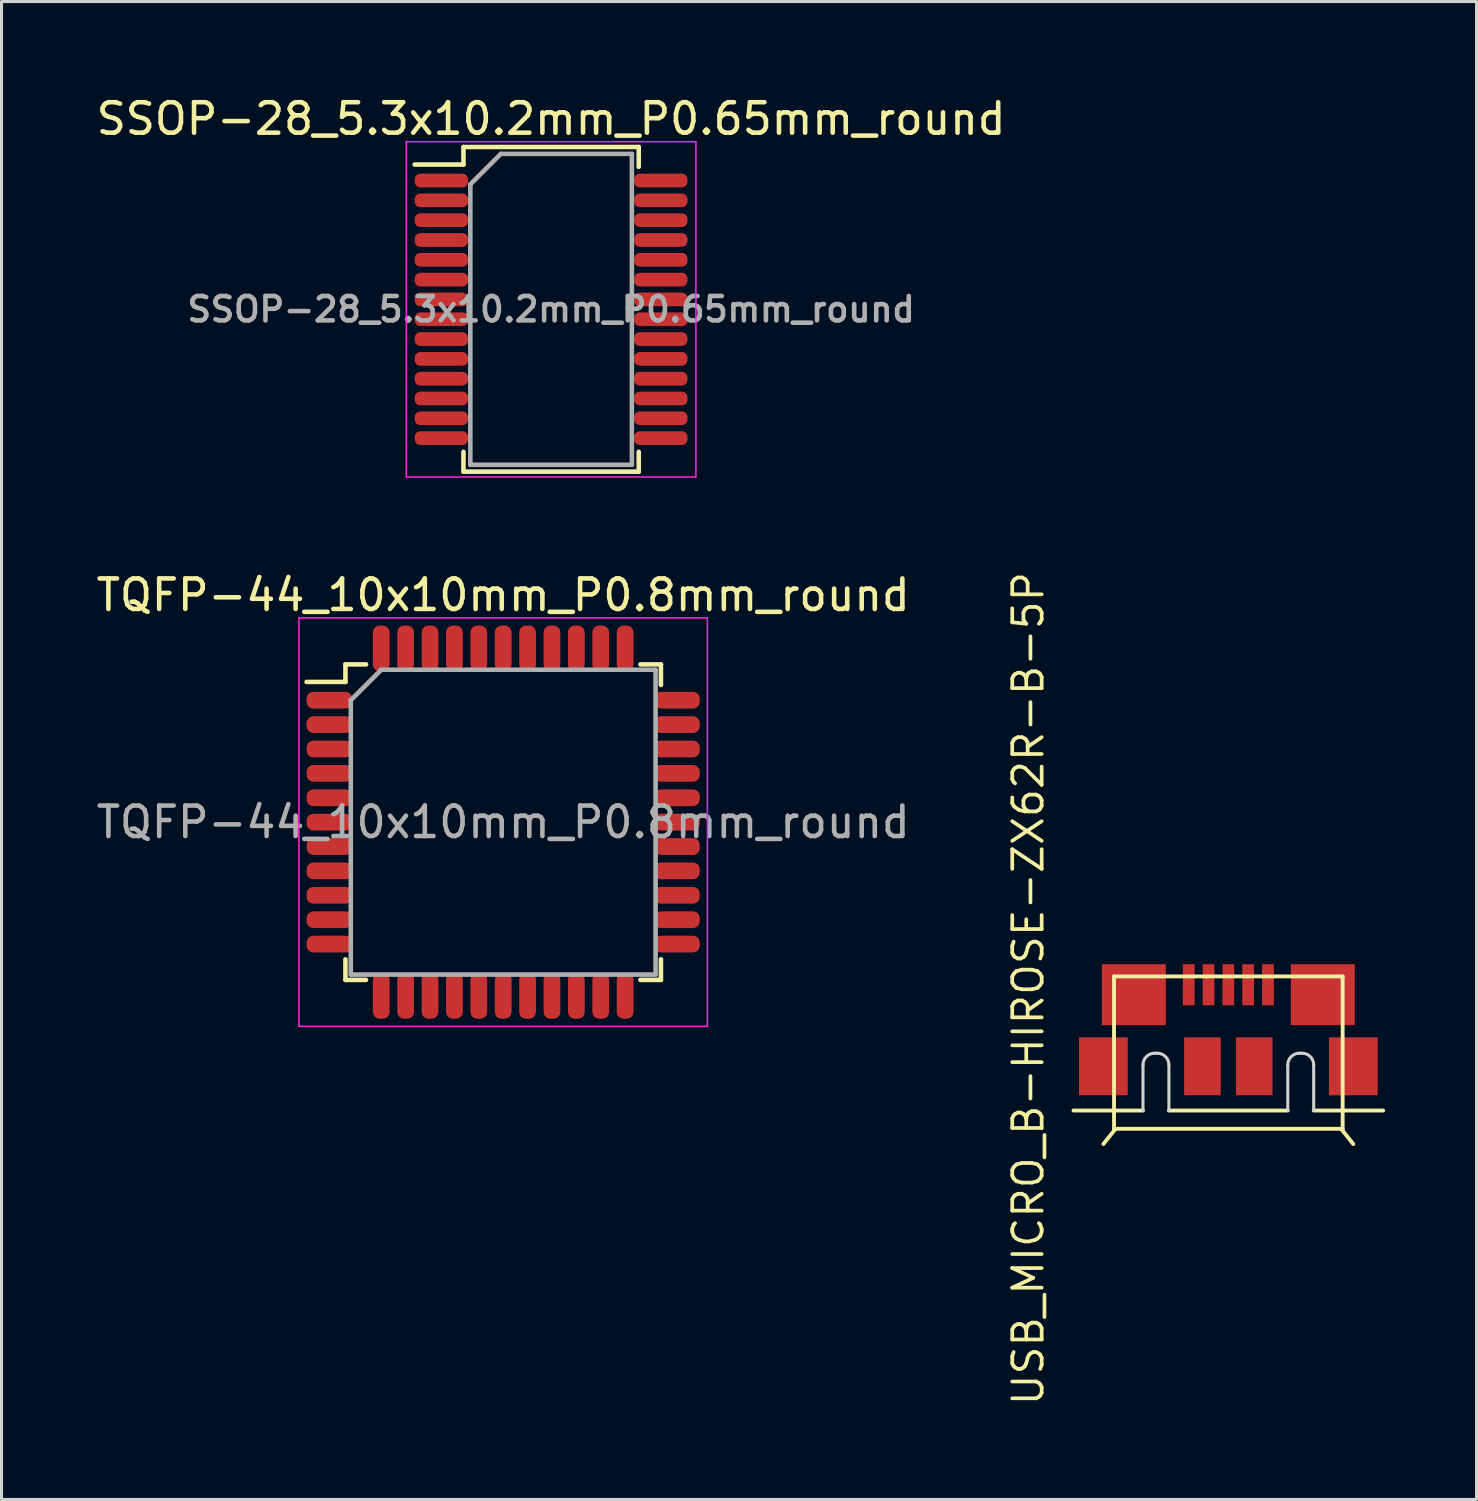
<source format=kicad_pcb>
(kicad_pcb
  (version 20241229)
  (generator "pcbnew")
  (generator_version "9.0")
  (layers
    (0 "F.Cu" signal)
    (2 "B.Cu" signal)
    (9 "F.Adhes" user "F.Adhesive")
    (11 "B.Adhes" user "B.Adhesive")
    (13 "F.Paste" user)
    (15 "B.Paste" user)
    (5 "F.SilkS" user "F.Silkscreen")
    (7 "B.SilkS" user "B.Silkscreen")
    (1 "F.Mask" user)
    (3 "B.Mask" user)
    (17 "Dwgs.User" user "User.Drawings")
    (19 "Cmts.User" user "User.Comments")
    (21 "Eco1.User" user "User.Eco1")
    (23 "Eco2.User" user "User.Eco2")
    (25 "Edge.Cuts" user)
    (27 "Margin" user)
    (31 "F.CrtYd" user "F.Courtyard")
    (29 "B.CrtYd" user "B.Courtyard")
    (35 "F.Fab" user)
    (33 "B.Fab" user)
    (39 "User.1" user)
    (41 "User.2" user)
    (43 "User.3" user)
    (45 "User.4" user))
  (footprint "SSOP-28_5.3x10.2mm_P0.65mm_round"
    (layer "F.Cu")
    (at 15.03 7.098)
    (property "Reference" "SSOP-28_5.3x10.2mm_P0.65mm_round" (at 0 -6.25 0) (layer "F.SilkS") (effects (font (size 1 1) (thickness 0.15))))
    (attr smd)
    (fp_line (start -2.875 -5.325) (end -2.875 -4.75) (stroke (width 0.15) (type solid)) (layer "F.SilkS"))
    (fp_line (start -2.875 -5.325) (end 2.875 -5.325) (stroke (width 0.15) (type solid)) (layer "F.SilkS"))
    (fp_line (start -2.875 -4.75) (end -4.475 -4.75) (stroke (width 0.15) (type solid)) (layer "F.SilkS"))
    (fp_line (start -2.875 5.325) (end -2.875 4.675) (stroke (width 0.15) (type solid)) (layer "F.SilkS"))
    (fp_line (start -2.875 5.325) (end 2.875 5.325) (stroke (width 0.15) (type solid)) (layer "F.SilkS"))
    (fp_line (start 2.875 -5.325) (end 2.875 -4.675) (stroke (width 0.15) (type solid)) (layer "F.SilkS"))
    (fp_line (start 2.875 5.325) (end 2.875 4.675) (stroke (width 0.15) (type solid)) (layer "F.SilkS"))
    (fp_line (start -4.75 -5.5) (end -4.75 5.5) (stroke (width 0.05) (type solid)) (layer "F.CrtYd"))
    (fp_line (start -4.75 -5.5) (end 4.75 -5.5) (stroke (width 0.05) (type solid)) (layer "F.CrtYd"))
    (fp_line (start -4.75 5.5) (end 4.75 5.5) (stroke (width 0.05) (type solid)) (layer "F.CrtYd"))
    (fp_line (start 4.75 -5.5) (end 4.75 5.5) (stroke (width 0.05) (type solid)) (layer "F.CrtYd"))
    (fp_line (start -2.65 -4.1) (end -1.65 -5.1) (stroke (width 0.15) (type solid)) (layer "F.Fab"))
    (fp_line (start -2.65 5.1) (end -2.65 -4.1) (stroke (width 0.15) (type solid)) (layer "F.Fab"))
    (fp_line (start -1.65 -5.1) (end 2.65 -5.1) (stroke (width 0.15) (type solid)) (layer "F.Fab"))
    (fp_line (start 2.65 -5.1) (end 2.65 5.1) (stroke (width 0.15) (type solid)) (layer "F.Fab"))
    (fp_line (start 2.65 5.1) (end -2.65 5.1) (stroke (width 0.15) (type solid)) (layer "F.Fab"))
    (fp_text user "${REFERENCE}" (at 0 0 0) (layer "F.Fab") (effects (font (size 0.8 0.8) (thickness 0.15))))
    (pad "1" smd roundrect (at -3.6 -4.225) (size 1.75 0.45) (layers "F.Cu" "F.Mask" "F.Paste") (roundrect_rratio 0.4))
    (pad "2" smd roundrect (at -3.6 -3.575) (size 1.75 0.45) (layers "F.Cu" "F.Mask" "F.Paste") (roundrect_rratio 0.4))
    (pad "3" smd roundrect (at -3.6 -2.925) (size 1.75 0.45) (layers "F.Cu" "F.Mask" "F.Paste") (roundrect_rratio 0.4))
    (pad "4" smd roundrect (at -3.6 -2.275) (size 1.75 0.45) (layers "F.Cu" "F.Mask" "F.Paste") (roundrect_rratio 0.4))
    (pad "5" smd roundrect (at -3.6 -1.625) (size 1.75 0.45) (layers "F.Cu" "F.Mask" "F.Paste") (roundrect_rratio 0.4))
    (pad "6" smd roundrect (at -3.6 -0.975) (size 1.75 0.45) (layers "F.Cu" "F.Mask" "F.Paste") (roundrect_rratio 0.4))
    (pad "7" smd roundrect (at -3.6 -0.325) (size 1.75 0.45) (layers "F.Cu" "F.Mask" "F.Paste") (roundrect_rratio 0.4))
    (pad "8" smd roundrect (at -3.6 0.325) (size 1.75 0.45) (layers "F.Cu" "F.Mask" "F.Paste") (roundrect_rratio 0.4))
    (pad "9" smd roundrect (at -3.6 0.975) (size 1.75 0.45) (layers "F.Cu" "F.Mask" "F.Paste") (roundrect_rratio 0.4))
    (pad "10" smd roundrect (at -3.6 1.625) (size 1.75 0.45) (layers "F.Cu" "F.Mask" "F.Paste") (roundrect_rratio 0.4))
    (pad "11" smd roundrect (at -3.6 2.275) (size 1.75 0.45) (layers "F.Cu" "F.Mask" "F.Paste") (roundrect_rratio 0.4))
    (pad "12" smd roundrect (at -3.6 2.925) (size 1.75 0.45) (layers "F.Cu" "F.Mask" "F.Paste") (roundrect_rratio 0.4))
    (pad "13" smd roundrect (at -3.6 3.575) (size 1.75 0.45) (layers "F.Cu" "F.Mask" "F.Paste") (roundrect_rratio 0.4))
    (pad "14" smd roundrect (at -3.6 4.225) (size 1.75 0.45) (layers "F.Cu" "F.Mask" "F.Paste") (roundrect_rratio 0.4))
    (pad "15" smd roundrect (at 3.6 4.225) (size 1.75 0.45) (layers "F.Cu" "F.Mask" "F.Paste") (roundrect_rratio 0.4))
    (pad "16" smd roundrect (at 3.6 3.575) (size 1.75 0.45) (layers "F.Cu" "F.Mask" "F.Paste") (roundrect_rratio 0.4))
    (pad "17" smd roundrect (at 3.6 2.925) (size 1.75 0.45) (layers "F.Cu" "F.Mask" "F.Paste") (roundrect_rratio 0.4))
    (pad "18" smd roundrect (at 3.6 2.275) (size 1.75 0.45) (layers "F.Cu" "F.Mask" "F.Paste") (roundrect_rratio 0.4))
    (pad "19" smd roundrect (at 3.6 1.625) (size 1.75 0.45) (layers "F.Cu" "F.Mask" "F.Paste") (roundrect_rratio 0.4))
    (pad "20" smd roundrect (at 3.6 0.975) (size 1.75 0.45) (layers "F.Cu" "F.Mask" "F.Paste") (roundrect_rratio 0.4))
    (pad "21" smd roundrect (at 3.6 0.325) (size 1.75 0.45) (layers "F.Cu" "F.Mask" "F.Paste") (roundrect_rratio 0.4))
    (pad "22" smd roundrect (at 3.6 -0.325) (size 1.75 0.45) (layers "F.Cu" "F.Mask" "F.Paste") (roundrect_rratio 0.4))
    (pad "23" smd roundrect (at 3.6 -0.975) (size 1.75 0.45) (layers "F.Cu" "F.Mask" "F.Paste") (roundrect_rratio 0.4))
    (pad "24" smd roundrect (at 3.6 -1.625) (size 1.75 0.45) (layers "F.Cu" "F.Mask" "F.Paste") (roundrect_rratio 0.4))
    (pad "25" smd roundrect (at 3.6 -2.275) (size 1.75 0.45) (layers "F.Cu" "F.Mask" "F.Paste") (roundrect_rratio 0.4))
    (pad "26" smd roundrect (at 3.6 -2.925) (size 1.75 0.45) (layers "F.Cu" "F.Mask" "F.Paste") (roundrect_rratio 0.4))
    (pad "27" smd roundrect (at 3.6 -3.575) (size 1.75 0.45) (layers "F.Cu" "F.Mask" "F.Paste") (roundrect_rratio 0.4))
    (pad "28" smd roundrect (at 3.6 -4.225) (size 1.75 0.45) (layers "F.Cu" "F.Mask" "F.Paste") (roundrect_rratio 0.4)))
  (footprint "USB_MICRO_B-HIROSE-ZX62R-B-5P"
    (layer "F.Cu")
    (at 37.248 33.383)
    (property "Reference" "USB_MICRO_B-HIROSE-ZX62R-B-5P" (at -6 -4 90) (layer "F.SilkS") (effects (font (size 0.965 0.965) (thickness 0.122)) (justify bottom)))
    (attr through_hole)
    (fp_line (start -5.08 0) (end -2.8 0) (stroke (width 0.127) (type solid)) (layer "F.SilkS"))
    (fp_line (start -3.75 -4.4) (end 3.75 -4.4) (stroke (width 0.127) (type solid)) (layer "F.SilkS"))
    (fp_line (start -3.75 0.6) (end -3.75 -4.4) (stroke (width 0.127) (type solid)) (layer "F.SilkS"))
    (fp_line (start -3.75 0.6) (end -3.7 0.6) (stroke (width 0.127) (type solid)) (layer "F.SilkS"))
    (fp_line (start -3.7 0.6) (end -4.1 1.1) (stroke (width 0.127) (type solid)) (layer "F.SilkS"))
    (fp_line (start -3.7 0.6) (end 3.7 0.6) (stroke (width 0.127) (type solid)) (layer "F.SilkS"))
    (fp_line (start -1.95 0) (end 1.95 0) (stroke (width 0.127) (type solid)) (layer "F.SilkS"))
    (fp_line (start 2.8 0) (end 5.08 0) (stroke (width 0.127) (type solid)) (layer "F.SilkS"))
    (fp_line (start 3.7 0.6) (end 3.75 0.6) (stroke (width 0.127) (type solid)) (layer "F.SilkS"))
    (fp_line (start 3.7 0.6) (end 4.1 1.1) (stroke (width 0.127) (type solid)) (layer "F.SilkS"))
    (fp_line (start 3.75 -4.4) (end 3.75 0.6) (stroke (width 0.127) (type solid)) (layer "F.SilkS"))
    (fp_line (start -2.8 0) (end -2.8 -1.499) (stroke (width 0.1) (type solid)) (layer "Edge.Cuts"))
    (fp_line (start -2.419 -1.88) (end -2.331 -1.88) (stroke (width 0.1) (type solid)) (layer "Edge.Cuts"))
    (fp_line (start -1.95 -1.499) (end -1.95 0) (stroke (width 0.1) (type solid)) (layer "Edge.Cuts"))
    (fp_line (start 1.95 0) (end 1.95 -1.499) (stroke (width 0.1) (type solid)) (layer "Edge.Cuts"))
    (fp_line (start 2.331 -1.88) (end 2.419 -1.88) (stroke (width 0.1) (type solid)) (layer "Edge.Cuts"))
    (fp_line (start 2.8 -1.499) (end 2.8 0) (stroke (width 0.1) (type solid)) (layer "Edge.Cuts"))
    (fp_arc (start -2.8 -1.499) (mid -2.688408 -1.768408) (end -2.419 -1.88) (stroke (width 0.1) (type solid)) (layer "Edge.Cuts"))
    (fp_arc (start -2.331 -1.88) (mid -2.061592 -1.768408) (end -1.95 -1.499) (stroke (width 0.1) (type solid)) (layer "Edge.Cuts"))
    (fp_arc (start 1.95 -1.499) (mid 2.061592 -1.768408) (end 2.331 -1.88) (stroke (width 0.1) (type solid)) (layer "Edge.Cuts"))
    (fp_arc (start 2.419 -1.88) (mid 2.688408 -1.768408) (end 2.8 -1.499) (stroke (width 0.1) (type solid)) (layer "Edge.Cuts"))
    (pad "1" smd rect (at 1.3 -4.125) (size 0.385 1.35) (layers "F.Cu" "F.Mask" "F.Paste"))
    (pad "2" smd rect (at 0.65 -4.125) (size 0.385 1.35) (layers "F.Cu" "F.Mask" "F.Paste"))
    (pad "3" smd rect (at 0 -4.125) (size 0.385 1.35) (layers "F.Cu" "F.Mask" "F.Paste"))
    (pad "4" smd rect (at -0.65 -4.125) (size 0.385 1.35) (layers "F.Cu" "F.Mask" "F.Paste"))
    (pad "5" smd rect (at -1.3 -4.125) (size 0.385 1.35) (layers "F.Cu" "F.Mask" "F.Paste"))
    (pad "6" smd rect (at -4.1 -1.45) (size 1.6 1.9) (layers "F.Cu" "F.Mask" "F.Paste"))
    (pad "6" smd rect (at -3.1 -3.8) (size 2.1 2) (layers "F.Cu" "F.Mask" "F.Paste"))
    (pad "6" smd rect (at -0.85 -1.45) (size 1.2 1.9) (layers "F.Cu" "F.Mask" "F.Paste"))
    (pad "6" smd rect (at 0.85 -1.45) (size 1.2 1.9) (layers "F.Cu" "F.Mask" "F.Paste"))
    (pad "6" smd rect (at 3.1 -3.8) (size 2.1 2) (layers "F.Cu" "F.Mask" "F.Paste"))
    (pad "6" smd rect (at 4.1 -1.45) (size 1.6 1.9) (layers "F.Cu" "F.Mask" "F.Paste")))
  (footprint "TQFP-44_10x10mm_P0.8mm_round"
    (layer "F.Cu")
    (at 13.458 23.922)
    (property "Reference" "TQFP-44_10x10mm_P0.8mm_round" (at 0 -7.45 0) (layer "F.SilkS") (effects (font (size 1 1) (thickness 0.15))))
    (attr smd)
    (fp_line (start -5.175 -5.175) (end -5.175 -4.6) (stroke (width 0.15) (type solid)) (layer "F.SilkS"))
    (fp_line (start -5.175 -5.175) (end -4.5 -5.175) (stroke (width 0.15) (type solid)) (layer "F.SilkS"))
    (fp_line (start -5.175 -4.6) (end -6.45 -4.6) (stroke (width 0.15) (type solid)) (layer "F.SilkS"))
    (fp_line (start -5.175 5.175) (end -5.175 4.5) (stroke (width 0.15) (type solid)) (layer "F.SilkS"))
    (fp_line (start -5.175 5.175) (end -4.5 5.175) (stroke (width 0.15) (type solid)) (layer "F.SilkS"))
    (fp_line (start 5.175 -5.175) (end 4.5 -5.175) (stroke (width 0.15) (type solid)) (layer "F.SilkS"))
    (fp_line (start 5.175 -5.175) (end 5.175 -4.5) (stroke (width 0.15) (type solid)) (layer "F.SilkS"))
    (fp_line (start 5.175 5.175) (end 4.5 5.175) (stroke (width 0.15) (type solid)) (layer "F.SilkS"))
    (fp_line (start 5.175 5.175) (end 5.175 4.5) (stroke (width 0.15) (type solid)) (layer "F.SilkS"))
    (fp_line (start -6.7 -6.7) (end -6.7 6.7) (stroke (width 0.05) (type solid)) (layer "F.CrtYd"))
    (fp_line (start -6.7 -6.7) (end 6.7 -6.7) (stroke (width 0.05) (type solid)) (layer "F.CrtYd"))
    (fp_line (start -6.7 6.7) (end 6.7 6.7) (stroke (width 0.05) (type solid)) (layer "F.CrtYd"))
    (fp_line (start 6.7 -6.7) (end 6.7 6.7) (stroke (width 0.05) (type solid)) (layer "F.CrtYd"))
    (fp_line (start -5 -4) (end -4 -5) (stroke (width 0.15) (type solid)) (layer "F.Fab"))
    (fp_line (start -5 5) (end -5 -4) (stroke (width 0.15) (type solid)) (layer "F.Fab"))
    (fp_line (start -4 -5) (end 5 -5) (stroke (width 0.15) (type solid)) (layer "F.Fab"))
    (fp_line (start 5 -5) (end 5 5) (stroke (width 0.15) (type solid)) (layer "F.Fab"))
    (fp_line (start 5 5) (end -5 5) (stroke (width 0.15) (type solid)) (layer "F.Fab"))
    (fp_text user "${REFERENCE}" (at 0 0 0) (layer "F.Fab") (effects (font (size 1 1) (thickness 0.15))))
    (pad "1" smd roundrect (at -5.7 -4) (size 1.5 0.55) (layers "F.Cu" "F.Mask" "F.Paste") (roundrect_rratio 0.4))
    (pad "2" smd roundrect (at -5.7 -3.2) (size 1.5 0.55) (layers "F.Cu" "F.Mask" "F.Paste") (roundrect_rratio 0.4))
    (pad "3" smd roundrect (at -5.7 -2.4) (size 1.5 0.55) (layers "F.Cu" "F.Mask" "F.Paste") (roundrect_rratio 0.4))
    (pad "4" smd roundrect (at -5.7 -1.6) (size 1.5 0.55) (layers "F.Cu" "F.Mask" "F.Paste") (roundrect_rratio 0.4))
    (pad "5" smd roundrect (at -5.7 -0.8) (size 1.5 0.55) (layers "F.Cu" "F.Mask" "F.Paste") (roundrect_rratio 0.4))
    (pad "6" smd roundrect (at -5.7 0) (size 1.5 0.55) (layers "F.Cu" "F.Mask" "F.Paste") (roundrect_rratio 0.4))
    (pad "7" smd roundrect (at -5.7 0.8) (size 1.5 0.55) (layers "F.Cu" "F.Mask" "F.Paste") (roundrect_rratio 0.4))
    (pad "8" smd roundrect (at -5.7 1.6) (size 1.5 0.55) (layers "F.Cu" "F.Mask" "F.Paste") (roundrect_rratio 0.4))
    (pad "9" smd roundrect (at -5.7 2.4) (size 1.5 0.55) (layers "F.Cu" "F.Mask" "F.Paste") (roundrect_rratio 0.4))
    (pad "10" smd roundrect (at -5.7 3.2) (size 1.5 0.55) (layers "F.Cu" "F.Mask" "F.Paste") (roundrect_rratio 0.4))
    (pad "11" smd roundrect (at -5.7 4) (size 1.5 0.55) (layers "F.Cu" "F.Mask" "F.Paste") (roundrect_rratio 0.4))
    (pad "12" smd roundrect (at -4 5.7 90) (size 1.5 0.55) (layers "F.Cu" "F.Mask" "F.Paste") (roundrect_rratio 0.4))
    (pad "13" smd roundrect (at -3.2 5.7 90) (size 1.5 0.55) (layers "F.Cu" "F.Mask" "F.Paste") (roundrect_rratio 0.4))
    (pad "14" smd roundrect (at -2.4 5.7 90) (size 1.5 0.55) (layers "F.Cu" "F.Mask" "F.Paste") (roundrect_rratio 0.4))
    (pad "15" smd roundrect (at -1.6 5.7 90) (size 1.5 0.55) (layers "F.Cu" "F.Mask" "F.Paste") (roundrect_rratio 0.4))
    (pad "16" smd roundrect (at -0.8 5.7 90) (size 1.5 0.55) (layers "F.Cu" "F.Mask" "F.Paste") (roundrect_rratio 0.4))
    (pad "17" smd roundrect (at 0 5.7 90) (size 1.5 0.55) (layers "F.Cu" "F.Mask" "F.Paste") (roundrect_rratio 0.4))
    (pad "18" smd roundrect (at 0.8 5.7 90) (size 1.5 0.55) (layers "F.Cu" "F.Mask" "F.Paste") (roundrect_rratio 0.4))
    (pad "19" smd roundrect (at 1.6 5.7 90) (size 1.5 0.55) (layers "F.Cu" "F.Mask" "F.Paste") (roundrect_rratio 0.4))
    (pad "20" smd roundrect (at 2.4 5.7 90) (size 1.5 0.55) (layers "F.Cu" "F.Mask" "F.Paste") (roundrect_rratio 0.4))
    (pad "21" smd roundrect (at 3.2 5.7 90) (size 1.5 0.55) (layers "F.Cu" "F.Mask" "F.Paste") (roundrect_rratio 0.4))
    (pad "22" smd roundrect (at 4 5.7 90) (size 1.5 0.55) (layers "F.Cu" "F.Mask" "F.Paste") (roundrect_rratio 0.4))
    (pad "23" smd roundrect (at 5.7 4) (size 1.5 0.55) (layers "F.Cu" "F.Mask" "F.Paste") (roundrect_rratio 0.4))
    (pad "24" smd roundrect (at 5.7 3.2) (size 1.5 0.55) (layers "F.Cu" "F.Mask" "F.Paste") (roundrect_rratio 0.4))
    (pad "25" smd roundrect (at 5.7 2.4) (size 1.5 0.55) (layers "F.Cu" "F.Mask" "F.Paste") (roundrect_rratio 0.4))
    (pad "26" smd roundrect (at 5.7 1.6) (size 1.5 0.55) (layers "F.Cu" "F.Mask" "F.Paste") (roundrect_rratio 0.4))
    (pad "27" smd roundrect (at 5.7 0.8) (size 1.5 0.55) (layers "F.Cu" "F.Mask" "F.Paste") (roundrect_rratio 0.4))
    (pad "28" smd roundrect (at 5.7 0) (size 1.5 0.55) (layers "F.Cu" "F.Mask" "F.Paste") (roundrect_rratio 0.4))
    (pad "29" smd roundrect (at 5.7 -0.8) (size 1.5 0.55) (layers "F.Cu" "F.Mask" "F.Paste") (roundrect_rratio 0.4))
    (pad "30" smd roundrect (at 5.7 -1.6) (size 1.5 0.55) (layers "F.Cu" "F.Mask" "F.Paste") (roundrect_rratio 0.4))
    (pad "31" smd roundrect (at 5.7 -2.4) (size 1.5 0.55) (layers "F.Cu" "F.Mask" "F.Paste") (roundrect_rratio 0.4))
    (pad "32" smd roundrect (at 5.7 -3.2) (size 1.5 0.55) (layers "F.Cu" "F.Mask" "F.Paste") (roundrect_rratio 0.4))
    (pad "33" smd roundrect (at 5.7 -4) (size 1.5 0.55) (layers "F.Cu" "F.Mask" "F.Paste") (roundrect_rratio 0.4))
    (pad "34" smd roundrect (at 4 -5.7 90) (size 1.5 0.55) (layers "F.Cu" "F.Mask" "F.Paste") (roundrect_rratio 0.4))
    (pad "35" smd roundrect (at 3.2 -5.7 90) (size 1.5 0.55) (layers "F.Cu" "F.Mask" "F.Paste") (roundrect_rratio 0.4))
    (pad "36" smd roundrect (at 2.4 -5.7 90) (size 1.5 0.55) (layers "F.Cu" "F.Mask" "F.Paste") (roundrect_rratio 0.4))
    (pad "37" smd roundrect (at 1.6 -5.7 90) (size 1.5 0.55) (layers "F.Cu" "F.Mask" "F.Paste") (roundrect_rratio 0.4))
    (pad "38" smd roundrect (at 0.8 -5.7 90) (size 1.5 0.55) (layers "F.Cu" "F.Mask" "F.Paste") (roundrect_rratio 0.4))
    (pad "39" smd roundrect (at 0 -5.7 90) (size 1.5 0.55) (layers "F.Cu" "F.Mask" "F.Paste") (roundrect_rratio 0.4))
    (pad "40" smd roundrect (at -0.8 -5.7 90) (size 1.5 0.55) (layers "F.Cu" "F.Mask" "F.Paste") (roundrect_rratio 0.4))
    (pad "41" smd roundrect (at -1.6 -5.7 90) (size 1.5 0.55) (layers "F.Cu" "F.Mask" "F.Paste") (roundrect_rratio 0.4))
    (pad "42" smd roundrect (at -2.4 -5.7 90) (size 1.5 0.55) (layers "F.Cu" "F.Mask" "F.Paste") (roundrect_rratio 0.4))
    (pad "43" smd roundrect (at -3.2 -5.7 90) (size 1.5 0.55) (layers "F.Cu" "F.Mask" "F.Paste") (roundrect_rratio 0.4))
    (pad "44" smd roundrect (at -4 -5.7 90) (size 1.5 0.55) (layers "F.Cu" "F.Mask" "F.Paste") (roundrect_rratio 0.4)))
  (gr_rect
    (start -3 -3)
    (end 45.391 46.143)
    (stroke (width 0.1) (type default))
    (fill no)
    (layer "Edge.Cuts")))
</source>
